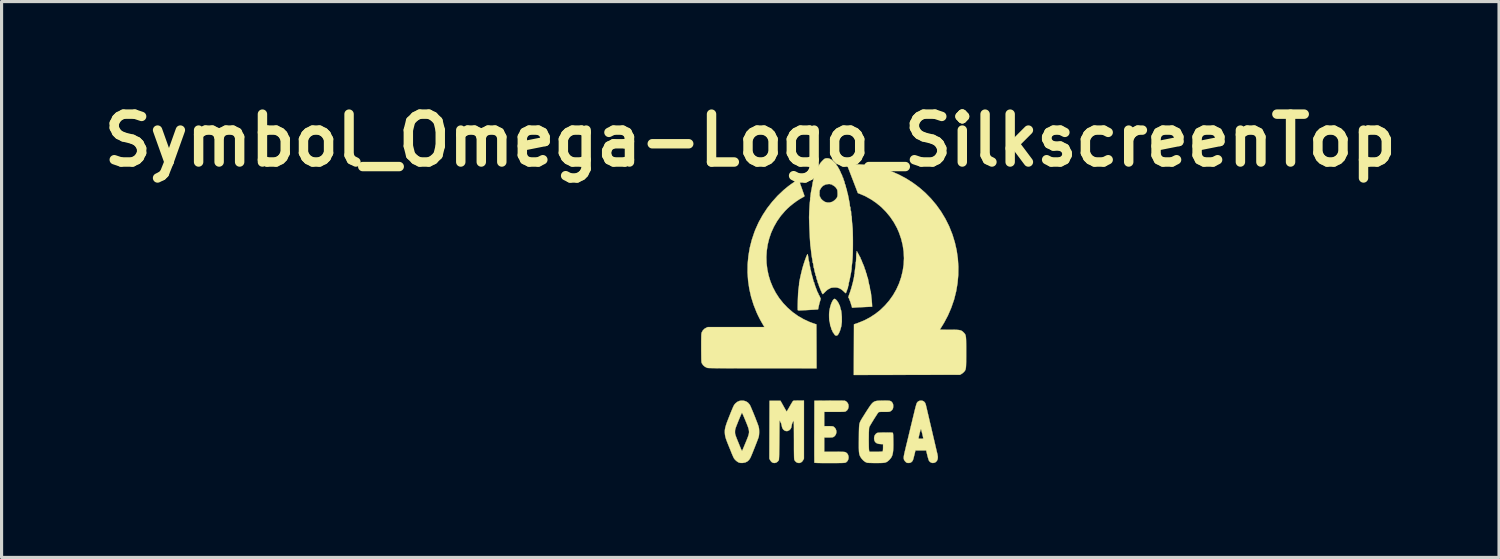
<source format=kicad_pcb>
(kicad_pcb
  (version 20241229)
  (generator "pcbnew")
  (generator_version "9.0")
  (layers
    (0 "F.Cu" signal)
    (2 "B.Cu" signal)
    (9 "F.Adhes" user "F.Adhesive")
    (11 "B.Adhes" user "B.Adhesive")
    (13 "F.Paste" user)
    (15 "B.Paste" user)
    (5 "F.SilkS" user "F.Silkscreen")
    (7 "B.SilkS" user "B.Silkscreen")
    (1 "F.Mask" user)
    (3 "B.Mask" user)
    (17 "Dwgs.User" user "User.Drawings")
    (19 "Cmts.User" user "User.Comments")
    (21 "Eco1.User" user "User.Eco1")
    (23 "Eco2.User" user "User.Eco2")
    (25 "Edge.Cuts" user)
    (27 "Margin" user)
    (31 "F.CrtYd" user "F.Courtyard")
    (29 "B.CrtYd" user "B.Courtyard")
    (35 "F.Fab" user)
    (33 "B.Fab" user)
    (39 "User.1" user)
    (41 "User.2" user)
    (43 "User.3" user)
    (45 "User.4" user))
  (footprint "Symbol_Omega-Logo_SilkscreenTop"
    (layer "F.Cu")
    (at 23.485 6.918)
    (property "Reference" "Symbol_Omega-Logo_SilkscreenTop" (at -2.65 -5.5 0) (layer "F.SilkS") (effects (font (size 1.524 1.524) (thickness 0.3))))
    (attr through_hole)
    (fp_poly (pts (xy 0.054 -0.447) (xy 0.078 -0.428) (xy 0.104 -0.402) (xy 0.124 -0.376) (xy 0.133 -0.359) (xy 0.141 -0.342) (xy 0.147 -0.339) (xy 0.155 -0.33) (xy 0.166 -0.307) (xy 0.169 -0.296) (xy 0.18 -0.27) (xy 0.188 -0.255) (xy 0.191 -0.254) (xy 0.197 -0.245) (xy 0.204 -0.22) (xy 0.212 -0.188) (xy 0.22 -0.152) (xy 0.228 -0.124) (xy 0.233 -0.111) (xy 0.24 -0.09) (xy 0.248 -0.049) (xy 0.255 0.013) (xy 0.262 0.095) (xy 0.264 0.127) (xy 0.265 0.276) (xy 0.248 0.415) (xy 0.212 0.544) (xy 0.185 0.61) (xy 0.158 0.663) (xy 0.133 0.697) (xy 0.109 0.714) (xy 0.083 0.716) (xy 0.056 0.707) (xy 0.037 0.694) (xy 0.032 0.684) (xy 0.025 0.669) (xy 0.009 0.647) (xy 0.001 0.637) (xy -0.021 0.608) (xy -0.035 0.578) (xy -0.037 0.571) (xy -0.044 0.549) (xy -0.052 0.54) (xy -0.052 0.54) (xy -0.059 0.53) (xy -0.067 0.506) (xy -0.074 0.479) (xy -0.083 0.445) (xy -0.092 0.421) (xy -0.098 0.412) (xy -0.103 0.399) (xy -0.108 0.371) (xy -0.113 0.335) (xy -0.117 0.3) (xy -0.122 0.274) (xy -0.127 0.265) (xy -0.127 0.265) (xy -0.132 0.255) (xy -0.135 0.228) (xy -0.138 0.189) (xy -0.14 0.141) (xy -0.141 0.09) (xy -0.141 0.039) (xy -0.139 -0.007) (xy -0.136 -0.04) (xy -0.123 -0.122) (xy -0.105 -0.201) (xy -0.083 -0.274) (xy -0.058 -0.338) (xy -0.032 -0.391) (xy -0.005 -0.429) (xy 0.021 -0.451) (xy 0.035 -0.454) (xy 0.054 -0.447)) (stroke (width 0.01) (type solid)) (fill yes) (layer "F.SilkS"))
    (fp_poly (pts (xy -0.942 4.631) (xy -0.966 4.678) (xy -1 4.727) (xy -1.043 4.758) (xy -1.09 4.771) (xy -1.138 4.767) (xy -1.184 4.746) (xy -1.225 4.707) (xy -1.244 4.676) (xy -1.248 4.666) (xy -1.25 4.651) (xy -1.253 4.628) (xy -1.255 4.595) (xy -1.256 4.551) (xy -1.257 4.495) (xy -1.258 4.425) (xy -1.259 4.339) (xy -1.259 4.237) (xy -1.259 4.115) (xy -1.259 4.038) (xy -1.26 3.927) (xy -1.26 3.822) (xy -1.261 3.726) (xy -1.261 3.64) (xy -1.262 3.566) (xy -1.264 3.506) (xy -1.265 3.462) (xy -1.266 3.436) (xy -1.267 3.429) (xy -1.281 3.439) (xy -1.296 3.464) (xy -1.312 3.499) (xy -1.325 3.539) (xy -1.333 3.578) (xy -1.334 3.586) (xy -1.345 3.643) (xy -1.366 3.685) (xy -1.401 3.721) (xy -1.418 3.733) (xy -1.466 3.754) (xy -1.516 3.754) (xy -1.564 3.735) (xy -1.567 3.733) (xy -1.606 3.698) (xy -1.632 3.651) (xy -1.648 3.59) (xy -1.649 3.581) (xy -1.664 3.518) (xy -1.689 3.465) (xy -1.72 3.413) (xy -1.725 4.038) (xy -1.726 4.182) (xy -1.728 4.307) (xy -1.73 4.412) (xy -1.731 4.498) (xy -1.733 4.567) (xy -1.736 4.619) (xy -1.738 4.656) (xy -1.741 4.677) (xy -1.743 4.683) (xy -1.779 4.728) (xy -1.823 4.758) (xy -1.872 4.771) (xy -1.921 4.767) (xy -1.958 4.75) (xy -1.986 4.725) (xy -2.011 4.691) (xy -2.019 4.678) (xy -2.043 4.631) (xy -2.04 3.71) (xy -2.037 2.789) (xy -1.689 2.789) (xy -1.593 2.961) (xy -1.563 3.015) (xy -1.536 3.062) (xy -1.514 3.099) (xy -1.499 3.124) (xy -1.492 3.132) (xy -1.492 3.132) (xy -1.486 3.124) (xy -1.47 3.1) (xy -1.448 3.063) (xy -1.421 3.017) (xy -1.398 2.976) (xy -1.368 2.923) (xy -1.34 2.876) (xy -1.316 2.837) (xy -1.3 2.811) (xy -1.293 2.802) (xy -1.285 2.795) (xy -1.272 2.79) (xy -1.25 2.786) (xy -1.217 2.785) (xy -1.169 2.784) (xy -1.11 2.783) (xy -0.942 2.783) (xy -0.942 4.631)) (stroke (width 0.01) (type solid)) (fill yes) (layer "F.SilkS"))
    (fp_poly (pts (xy 0.134 2.785) (xy 0.208 2.785) (xy 0.27 2.786) (xy 0.317 2.787) (xy 0.347 2.788) (xy 0.356 2.789) (xy 0.393 2.804) (xy 0.429 2.835) (xy 0.458 2.875) (xy 0.475 2.918) (xy 0.475 2.918) (xy 0.479 2.981) (xy 0.465 3.04) (xy 0.436 3.089) (xy 0.397 3.122) (xy 0.386 3.128) (xy 0.374 3.133) (xy 0.358 3.136) (xy 0.336 3.139) (xy 0.305 3.141) (xy 0.262 3.142) (xy 0.207 3.143) (xy 0.135 3.143) (xy 0.044 3.143) (xy 0.033 3.143) (xy -0.296 3.143) (xy -0.296 3.598) (xy -0.16 3.598) (xy -0.103 3.599) (xy -0.063 3.6) (xy -0.034 3.603) (xy -0.014 3.608) (xy 0.003 3.617) (xy 0.012 3.622) (xy 0.039 3.647) (xy 0.064 3.68) (xy 0.072 3.694) (xy 0.09 3.75) (xy 0.09 3.809) (xy 0.072 3.865) (xy 0.038 3.912) (xy 0.011 3.934) (xy -0.005 3.944) (xy -0.023 3.951) (xy -0.047 3.955) (xy -0.08 3.957) (xy -0.128 3.958) (xy -0.16 3.958) (xy -0.296 3.958) (xy -0.296 4.413) (xy 0.028 4.413) (xy 0.122 4.413) (xy 0.198 4.414) (xy 0.258 4.415) (xy 0.303 4.417) (xy 0.336 4.419) (xy 0.36 4.422) (xy 0.377 4.426) (xy 0.386 4.43) (xy 0.429 4.461) (xy 0.459 4.504) (xy 0.475 4.554) (xy 0.479 4.608) (xy 0.468 4.66) (xy 0.445 4.707) (xy 0.408 4.744) (xy 0.388 4.756) (xy 0.377 4.76) (xy 0.362 4.763) (xy 0.342 4.766) (xy 0.314 4.768) (xy 0.277 4.77) (xy 0.228 4.771) (xy 0.165 4.772) (xy 0.087 4.773) (xy -0.007 4.773) (xy -0.122 4.773) (xy -0.126 4.773) (xy -0.245 4.773) (xy -0.343 4.773) (xy -0.424 4.772) (xy -0.488 4.771) (xy -0.536 4.769) (xy -0.571 4.767) (xy -0.594 4.765) (xy -0.606 4.762) (xy -0.609 4.76) (xy -0.61 4.748) (xy -0.61 4.716) (xy -0.611 4.665) (xy -0.611 4.599) (xy -0.612 4.517) (xy -0.612 4.421) (xy -0.612 4.313) (xy -0.612 4.195) (xy -0.612 4.067) (xy -0.612 3.932) (xy -0.611 3.79) (xy -0.611 3.768) (xy -0.609 2.789) (xy -0.143 2.786) (xy -0.044 2.785) (xy 0.049 2.785) (xy 0.134 2.785)) (stroke (width 0.01) (type solid)) (fill yes) (layer "F.SilkS"))
    (fp_poly (pts (xy -0.824 -1.876) (xy -0.82 -1.863) (xy -0.814 -1.833) (xy -0.807 -1.793) (xy -0.804 -1.767) (xy -0.798 -1.722) (xy -0.791 -1.682) (xy -0.785 -1.656) (xy -0.782 -1.648) (xy -0.775 -1.625) (xy -0.772 -1.596) (xy -0.769 -1.564) (xy -0.761 -1.526) (xy -0.757 -1.509) (xy -0.747 -1.471) (xy -0.742 -1.435) (xy -0.741 -1.422) (xy -0.738 -1.397) (xy -0.732 -1.382) (xy -0.731 -1.382) (xy -0.725 -1.369) (xy -0.718 -1.342) (xy -0.715 -1.32) (xy -0.709 -1.284) (xy -0.703 -1.254) (xy -0.699 -1.244) (xy -0.692 -1.221) (xy -0.681 -1.185) (xy -0.669 -1.14) (xy -0.656 -1.093) (xy -0.646 -1.051) (xy -0.639 -1.02) (xy -0.639 -1.019) (xy -0.632 -0.995) (xy -0.624 -0.984) (xy -0.623 -0.984) (xy -0.615 -0.975) (xy -0.614 -0.965) (xy -0.61 -0.946) (xy -0.6 -0.913) (xy -0.586 -0.871) (xy -0.57 -0.824) (xy -0.552 -0.778) (xy -0.536 -0.739) (xy -0.525 -0.709) (xy -0.519 -0.687) (xy -0.519 -0.683) (xy -0.513 -0.669) (xy -0.509 -0.667) (xy -0.5 -0.658) (xy -0.489 -0.634) (xy -0.482 -0.614) (xy -0.47 -0.584) (xy -0.46 -0.565) (xy -0.455 -0.561) (xy -0.447 -0.552) (xy -0.439 -0.53) (xy -0.439 -0.529) (xy -0.429 -0.501) (xy -0.417 -0.482) (xy -0.411 -0.472) (xy -0.41 -0.457) (xy -0.415 -0.432) (xy -0.426 -0.392) (xy -0.428 -0.386) (xy -0.444 -0.334) (xy -0.459 -0.273) (xy -0.472 -0.217) (xy -0.473 -0.213) (xy -0.481 -0.172) (xy -0.488 -0.14) (xy -0.492 -0.121) (xy -0.493 -0.119) (xy -0.503 -0.118) (xy -0.531 -0.115) (xy -0.575 -0.113) (xy -0.629 -0.109) (xy -0.692 -0.106) (xy -0.759 -0.102) (xy -0.829 -0.098) (xy -0.897 -0.094) (xy -0.96 -0.091) (xy -1.016 -0.088) (xy -1.06 -0.086) (xy -1.09 -0.085) (xy -1.097 -0.085) (xy -1.123 -0.088) (xy -1.138 -0.095) (xy -1.138 -0.095) (xy -1.14 -0.109) (xy -1.14 -0.14) (xy -1.141 -0.186) (xy -1.14 -0.243) (xy -1.139 -0.308) (xy -1.138 -0.326) (xy -1.135 -0.427) (xy -1.132 -0.51) (xy -1.129 -0.579) (xy -1.127 -0.635) (xy -1.123 -0.682) (xy -1.12 -0.724) (xy -1.115 -0.763) (xy -1.11 -0.802) (xy -1.107 -0.819) (xy -1.101 -0.864) (xy -1.097 -0.902) (xy -1.095 -0.926) (xy -1.096 -0.932) (xy -1.096 -0.946) (xy -1.092 -0.977) (xy -1.083 -1.022) (xy -1.072 -1.077) (xy -1.059 -1.141) (xy -1.044 -1.208) (xy -1.028 -1.276) (xy -1.012 -1.342) (xy -0.997 -1.402) (xy -0.984 -1.45) (xy -0.961 -1.527) (xy -0.937 -1.603) (xy -0.913 -1.674) (xy -0.89 -1.738) (xy -0.869 -1.793) (xy -0.851 -1.836) (xy -0.837 -1.865) (xy -0.827 -1.877) (xy -0.824 -1.876)) (stroke (width 0.01) (type solid)) (fill yes) (layer "F.SilkS"))
    (fp_poly (pts (xy -1.114 -4.261) (xy -1.11 -4.25) (xy -1.1 -4.223) (xy -1.084 -4.181) (xy -1.065 -4.126) (xy -1.043 -4.063) (xy -1.022 -4.005) (xy -0.997 -3.935) (xy -0.975 -3.871) (xy -0.955 -3.816) (xy -0.94 -3.773) (xy -0.93 -3.744) (xy -0.926 -3.734) (xy -0.926 -3.722) (xy -0.939 -3.708) (xy -0.968 -3.691) (xy -0.981 -3.685) (xy -1.075 -3.632) (xy -1.177 -3.565) (xy -1.281 -3.488) (xy -1.383 -3.406) (xy -1.477 -3.321) (xy -1.54 -3.257) (xy -1.679 -3.096) (xy -1.799 -2.925) (xy -1.9 -2.747) (xy -1.984 -2.563) (xy -2.049 -2.373) (xy -2.097 -2.179) (xy -2.126 -1.983) (xy -2.138 -1.786) (xy -2.132 -1.589) (xy -2.108 -1.393) (xy -2.067 -1.199) (xy -2.009 -1.01) (xy -1.933 -0.826) (xy -1.84 -0.648) (xy -1.73 -0.478) (xy -1.602 -0.317) (xy -1.458 -0.167) (xy -1.298 -0.028) (xy -1.287 -0.02) (xy -1.126 0.094) (xy -0.952 0.194) (xy -0.772 0.278) (xy -0.656 0.321) (xy -0.545 0.359) (xy -0.542 1.058) (xy -0.54 1.757) (xy -2.262 1.756) (xy -2.494 1.756) (xy -2.705 1.756) (xy -2.897 1.756) (xy -3.07 1.756) (xy -3.226 1.755) (xy -3.365 1.755) (xy -3.487 1.754) (xy -3.595 1.754) (xy -3.688 1.753) (xy -3.768 1.752) (xy -3.835 1.751) (xy -3.891 1.75) (xy -3.935 1.749) (xy -3.97 1.748) (xy -3.995 1.746) (xy -4.012 1.744) (xy -4.022 1.743) (xy -4.023 1.742) (xy -4.095 1.706) (xy -4.152 1.657) (xy -4.193 1.594) (xy -4.201 1.574) (xy -4.204 1.554) (xy -4.207 1.514) (xy -4.209 1.455) (xy -4.21 1.376) (xy -4.211 1.279) (xy -4.212 1.163) (xy -4.212 1.097) (xy -4.212 0.988) (xy -4.212 0.898) (xy -4.211 0.825) (xy -4.21 0.766) (xy -4.209 0.721) (xy -4.208 0.686) (xy -4.205 0.66) (xy -4.202 0.64) (xy -4.199 0.625) (xy -4.194 0.612) (xy -4.19 0.603) (xy -4.154 0.542) (xy -4.105 0.496) (xy -4.059 0.47) (xy -4.006 0.445) (xy -3.103 0.445) (xy -2.199 0.445) (xy -2.223 0.405) (xy -2.291 0.288) (xy -2.35 0.182) (xy -2.401 0.08) (xy -2.445 -0.014) (xy -2.544 -0.263) (xy -2.623 -0.516) (xy -2.681 -0.772) (xy -2.719 -1.032) (xy -2.737 -1.293) (xy -2.734 -1.554) (xy -2.71 -1.815) (xy -2.667 -2.075) (xy -2.602 -2.331) (xy -2.517 -2.584) (xy -2.489 -2.656) (xy -2.383 -2.892) (xy -2.257 -3.119) (xy -2.114 -3.337) (xy -1.954 -3.543) (xy -1.779 -3.737) (xy -1.59 -3.916) (xy -1.452 -4.03) (xy -1.416 -4.057) (xy -1.373 -4.089) (xy -1.325 -4.123) (xy -1.275 -4.157) (xy -1.228 -4.19) (xy -1.184 -4.219) (xy -1.149 -4.242) (xy -1.125 -4.256) (xy -1.114 -4.261) (xy -1.114 -4.261)) (stroke (width 0.01) (type solid)) (fill yes) (layer "F.SilkS"))
    (fp_poly (pts (xy 0.587 -4.74) (xy 0.68 -4.738) (xy 0.684 -4.738) (xy 0.816 -4.734) (xy 0.934 -4.727) (xy 1.042 -4.717) (xy 1.146 -4.702) (xy 1.252 -4.683) (xy 1.332 -4.667) (xy 1.587 -4.601) (xy 1.835 -4.516) (xy 2.074 -4.412) (xy 2.303 -4.291) (xy 2.522 -4.152) (xy 2.729 -3.998) (xy 2.924 -3.828) (xy 3.105 -3.643) (xy 3.272 -3.444) (xy 3.423 -3.233) (xy 3.558 -3.009) (xy 3.677 -2.773) (xy 3.688 -2.746) (xy 3.785 -2.502) (xy 3.862 -2.251) (xy 3.92 -1.996) (xy 3.957 -1.738) (xy 3.974 -1.477) (xy 3.971 -1.217) (xy 3.948 -0.957) (xy 3.905 -0.7) (xy 3.842 -0.447) (xy 3.835 -0.423) (xy 3.747 -0.168) (xy 3.642 0.076) (xy 3.519 0.307) (xy 3.443 0.432) (xy 3.419 0.469) (xy 3.4 0.5) (xy 3.389 0.519) (xy 3.387 0.524) (xy 3.397 0.526) (xy 3.425 0.527) (xy 3.47 0.528) (xy 3.528 0.528) (xy 3.596 0.529) (xy 3.672 0.529) (xy 3.686 0.529) (xy 3.785 0.529) (xy 3.865 0.53) (xy 3.93 0.533) (xy 3.981 0.537) (xy 4.021 0.543) (xy 4.052 0.552) (xy 4.079 0.564) (xy 4.102 0.579) (xy 4.124 0.599) (xy 4.139 0.613) (xy 4.157 0.632) (xy 4.173 0.65) (xy 4.186 0.668) (xy 4.196 0.688) (xy 4.205 0.714) (xy 4.211 0.745) (xy 4.216 0.785) (xy 4.219 0.836) (xy 4.221 0.898) (xy 4.222 0.975) (xy 4.223 1.068) (xy 4.223 1.18) (xy 4.223 1.249) (xy 4.223 1.37) (xy 4.222 1.471) (xy 4.222 1.555) (xy 4.22 1.624) (xy 4.218 1.68) (xy 4.215 1.724) (xy 4.21 1.759) (xy 4.204 1.787) (xy 4.196 1.809) (xy 4.187 1.828) (xy 4.175 1.845) (xy 4.161 1.863) (xy 4.158 1.866) (xy 4.129 1.895) (xy 4.092 1.924) (xy 4.076 1.934) (xy 4.027 1.963) (xy 2.336 1.966) (xy 0.645 1.969) (xy 0.651 0.357) (xy 0.778 0.313) (xy 0.974 0.234) (xy 1.159 0.137) (xy 1.333 0.024) (xy 1.495 -0.105) (xy 1.643 -0.249) (xy 1.777 -0.405) (xy 1.896 -0.573) (xy 1.999 -0.752) (xy 2.085 -0.941) (xy 2.153 -1.139) (xy 2.203 -1.344) (xy 2.233 -1.544) (xy 2.243 -1.748) (xy 2.233 -1.955) (xy 2.203 -2.162) (xy 2.153 -2.366) (xy 2.084 -2.565) (xy 2.022 -2.707) (xy 1.92 -2.893) (xy 1.802 -3.067) (xy 1.667 -3.229) (xy 1.519 -3.378) (xy 1.356 -3.511) (xy 1.182 -3.628) (xy 0.998 -3.729) (xy 0.861 -3.788) (xy 0.775 -3.822) (xy 0.602 -4.273) (xy 0.566 -4.365) (xy 0.533 -4.452) (xy 0.503 -4.531) (xy 0.476 -4.599) (xy 0.454 -4.656) (xy 0.438 -4.699) (xy 0.428 -4.725) (xy 0.425 -4.734) (xy 0.434 -4.737) (xy 0.464 -4.739) (xy 0.515 -4.74) (xy 0.587 -4.74)) (stroke (width 0.01) (type solid)) (fill yes) (layer "F.SilkS"))
    (fp_poly (pts (xy 2.831 2.791) (xy 2.875 2.811) (xy 2.908 2.846) (xy 2.91 2.848) (xy 2.925 2.879) (xy 2.938 2.919) (xy 2.943 2.936) (xy 2.949 2.965) (xy 2.96 3.009) (xy 2.973 3.064) (xy 2.987 3.126) (xy 2.996 3.164) (xy 3.012 3.231) (xy 3.028 3.298) (xy 3.042 3.36) (xy 3.054 3.41) (xy 3.058 3.429) (xy 3.072 3.49) (xy 3.089 3.563) (xy 3.109 3.645) (xy 3.13 3.736) (xy 3.152 3.831) (xy 3.175 3.929) (xy 3.198 4.026) (xy 3.22 4.121) (xy 3.241 4.211) (xy 3.26 4.294) (xy 3.277 4.366) (xy 3.291 4.426) (xy 3.302 4.47) (xy 3.308 4.497) (xy 3.309 4.5) (xy 3.321 4.579) (xy 3.315 4.646) (xy 3.292 4.701) (xy 3.29 4.704) (xy 3.252 4.743) (xy 3.207 4.765) (xy 3.157 4.771) (xy 3.109 4.76) (xy 3.066 4.732) (xy 3.039 4.699) (xy 3.03 4.678) (xy 3.018 4.641) (xy 3.004 4.593) (xy 2.989 4.538) (xy 2.985 4.52) (xy 2.949 4.371) (xy 2.608 4.371) (xy 2.568 4.534) (xy 2.552 4.596) (xy 2.54 4.642) (xy 2.529 4.675) (xy 2.518 4.698) (xy 2.507 4.715) (xy 2.493 4.73) (xy 2.492 4.731) (xy 2.462 4.755) (xy 2.429 4.766) (xy 2.406 4.769) (xy 2.371 4.77) (xy 2.342 4.766) (xy 2.334 4.764) (xy 2.304 4.743) (xy 2.274 4.712) (xy 2.25 4.677) (xy 2.244 4.664) (xy 2.238 4.642) (xy 2.235 4.617) (xy 2.235 4.586) (xy 2.24 4.546) (xy 2.249 4.495) (xy 2.264 4.43) (xy 2.283 4.347) (xy 2.287 4.333) (xy 2.305 4.255) (xy 2.325 4.172) (xy 2.345 4.092) (xy 2.362 4.02) (xy 2.37 3.989) (xy 2.705 3.989) (xy 2.706 3.993) (xy 2.718 3.997) (xy 2.744 4) (xy 2.777 4) (xy 2.811 3.999) (xy 2.839 3.997) (xy 2.856 3.993) (xy 2.857 3.991) (xy 2.855 3.974) (xy 2.849 3.943) (xy 2.839 3.901) (xy 2.828 3.853) (xy 2.816 3.805) (xy 2.804 3.759) (xy 2.794 3.722) (xy 2.787 3.697) (xy 2.784 3.69) (xy 2.779 3.697) (xy 2.77 3.72) (xy 2.76 3.755) (xy 2.747 3.799) (xy 2.735 3.846) (xy 2.724 3.893) (xy 2.714 3.935) (xy 2.708 3.968) (xy 2.705 3.989) (xy 2.37 3.989) (xy 2.376 3.963) (xy 2.392 3.897) (xy 2.409 3.825) (xy 2.426 3.756) (xy 2.439 3.699) (xy 2.439 3.699) (xy 2.452 3.646) (xy 2.468 3.579) (xy 2.486 3.507) (xy 2.503 3.436) (xy 2.508 3.413) (xy 2.526 3.339) (xy 2.547 3.254) (xy 2.568 3.167) (xy 2.587 3.087) (xy 2.593 3.065) (xy 2.608 3.003) (xy 2.624 2.947) (xy 2.638 2.9) (xy 2.65 2.866) (xy 2.657 2.852) (xy 2.69 2.815) (xy 2.734 2.793) (xy 2.783 2.785) (xy 2.831 2.791)) (stroke (width 0.01) (type solid)) (fill yes) (layer "F.SilkS"))
    (fp_poly (pts (xy 0.751 -1.959) (xy 0.763 -1.938) (xy 0.767 -1.928) (xy 0.778 -1.902) (xy 0.789 -1.886) (xy 0.79 -1.886) (xy 0.801 -1.871) (xy 0.808 -1.851) (xy 0.82 -1.823) (xy 0.836 -1.799) (xy 0.851 -1.777) (xy 0.857 -1.758) (xy 0.863 -1.738) (xy 0.876 -1.711) (xy 0.878 -1.706) (xy 0.892 -1.681) (xy 0.899 -1.663) (xy 0.9 -1.661) (xy 0.904 -1.646) (xy 0.914 -1.619) (xy 0.92 -1.606) (xy 0.948 -1.542) (xy 0.968 -1.494) (xy 0.981 -1.457) (xy 0.989 -1.429) (xy 0.99 -1.423) (xy 0.997 -1.399) (xy 1.004 -1.387) (xy 1.005 -1.386) (xy 1.011 -1.377) (xy 1.019 -1.352) (xy 1.026 -1.323) (xy 1.034 -1.29) (xy 1.042 -1.267) (xy 1.047 -1.259) (xy 1.053 -1.25) (xy 1.059 -1.225) (xy 1.063 -1.201) (xy 1.069 -1.169) (xy 1.075 -1.148) (xy 1.079 -1.143) (xy 1.082 -1.141) (xy 1.086 -1.134) (xy 1.091 -1.118) (xy 1.097 -1.091) (xy 1.105 -1.05) (xy 1.116 -0.992) (xy 1.124 -0.953) (xy 1.131 -0.917) (xy 1.139 -0.89) (xy 1.144 -0.878) (xy 1.148 -0.866) (xy 1.153 -0.838) (xy 1.158 -0.8) (xy 1.159 -0.791) (xy 1.164 -0.753) (xy 1.169 -0.724) (xy 1.174 -0.71) (xy 1.175 -0.709) (xy 1.18 -0.7) (xy 1.186 -0.675) (xy 1.189 -0.648) (xy 1.194 -0.606) (xy 1.2 -0.555) (xy 1.206 -0.504) (xy 1.206 -0.503) (xy 1.212 -0.452) (xy 1.218 -0.391) (xy 1.222 -0.331) (xy 1.224 -0.311) (xy 1.229 -0.205) (xy 0.951 -0.192) (xy 0.874 -0.188) (xy 0.802 -0.185) (xy 0.739 -0.181) (xy 0.688 -0.178) (xy 0.652 -0.175) (xy 0.635 -0.174) (xy 0.608 -0.172) (xy 0.591 -0.175) (xy 0.59 -0.176) (xy 0.584 -0.191) (xy 0.582 -0.213) (xy 0.579 -0.235) (xy 0.573 -0.243) (xy 0.566 -0.253) (xy 0.559 -0.276) (xy 0.557 -0.287) (xy 0.548 -0.322) (xy 0.533 -0.364) (xy 0.524 -0.388) (xy 0.509 -0.422) (xy 0.5 -0.449) (xy 0.497 -0.461) (xy 0.492 -0.475) (xy 0.488 -0.476) (xy 0.475 -0.485) (xy 0.474 -0.511) (xy 0.485 -0.553) (xy 0.496 -0.585) (xy 0.519 -0.647) (xy 0.543 -0.72) (xy 0.568 -0.8) (xy 0.591 -0.884) (xy 0.613 -0.966) (xy 0.631 -1.044) (xy 0.646 -1.113) (xy 0.656 -1.17) (xy 0.659 -1.204) (xy 0.663 -1.231) (xy 0.668 -1.247) (xy 0.671 -1.249) (xy 0.675 -1.257) (xy 0.673 -1.265) (xy 0.672 -1.282) (xy 0.675 -1.314) (xy 0.68 -1.359) (xy 0.687 -1.411) (xy 0.689 -1.425) (xy 0.697 -1.479) (xy 0.702 -1.527) (xy 0.706 -1.564) (xy 0.706 -1.586) (xy 0.706 -1.588) (xy 0.704 -1.605) (xy 0.707 -1.609) (xy 0.711 -1.619) (xy 0.715 -1.646) (xy 0.718 -1.688) (xy 0.721 -1.74) (xy 0.723 -1.799) (xy 0.724 -1.849) (xy 0.726 -1.884) (xy 0.729 -1.908) (xy 0.733 -1.916) (xy 0.737 -1.924) (xy 0.734 -1.943) (xy 0.733 -1.963) (xy 0.739 -1.968) (xy 0.751 -1.959)) (stroke (width 0.01) (type solid)) (fill yes) (layer "F.SilkS"))
    (fp_poly (pts (xy -2.857 2.789) (xy -2.785 2.811) (xy -2.723 2.851) (xy -2.672 2.91) (xy -2.667 2.917) (xy -2.655 2.94) (xy -2.636 2.98) (xy -2.613 3.034) (xy -2.586 3.098) (xy -2.556 3.169) (xy -2.525 3.245) (xy -2.494 3.322) (xy -2.465 3.398) (xy -2.438 3.468) (xy -2.414 3.53) (xy -2.396 3.581) (xy -2.384 3.618) (xy -2.381 3.63) (xy -2.372 3.681) (xy -2.368 3.745) (xy -2.368 3.813) (xy -2.372 3.877) (xy -2.38 3.93) (xy -2.381 3.932) (xy -2.387 3.954) (xy -2.401 3.992) (xy -2.42 4.044) (xy -2.444 4.106) (xy -2.471 4.176) (xy -2.5 4.249) (xy -2.529 4.323) (xy -2.558 4.395) (xy -2.585 4.462) (xy -2.609 4.52) (xy -2.629 4.566) (xy -2.643 4.598) (xy -2.646 4.605) (xy -2.69 4.673) (xy -2.744 4.722) (xy -2.809 4.754) (xy -2.886 4.768) (xy -2.892 4.769) (xy -2.958 4.769) (xy -3.007 4.759) (xy -3.008 4.759) (xy -3.057 4.733) (xy -3.107 4.694) (xy -3.15 4.649) (xy -3.17 4.621) (xy -3.185 4.592) (xy -3.204 4.55) (xy -3.226 4.5) (xy -3.243 4.46) (xy -3.263 4.409) (xy -3.289 4.345) (xy -3.318 4.274) (xy -3.346 4.205) (xy -3.359 4.173) (xy -3.393 4.087) (xy -3.419 4.016) (xy -3.438 3.956) (xy -3.45 3.903) (xy -3.457 3.853) (xy -3.46 3.803) (xy -3.461 3.783) (xy -3.46 3.778) (xy -3.136 3.778) (xy -3.136 3.798) (xy -3.136 3.815) (xy -3.134 3.833) (xy -3.13 3.853) (xy -3.124 3.877) (xy -3.114 3.906) (xy -3.1 3.944) (xy -3.082 3.992) (xy -3.058 4.051) (xy -3.028 4.124) (xy -2.992 4.213) (xy -2.952 4.311) (xy -2.936 4.347) (xy -2.922 4.373) (xy -2.912 4.385) (xy -2.91 4.385) (xy -2.904 4.373) (xy -2.891 4.344) (xy -2.873 4.301) (xy -2.85 4.247) (xy -2.824 4.184) (xy -2.798 4.122) (xy -2.763 4.036) (xy -2.735 3.966) (xy -2.713 3.906) (xy -2.698 3.854) (xy -2.69 3.808) (xy -2.69 3.763) (xy -2.696 3.716) (xy -2.709 3.664) (xy -2.73 3.604) (xy -2.758 3.532) (xy -2.793 3.445) (xy -2.813 3.397) (xy -2.84 3.333) (xy -2.864 3.276) (xy -2.885 3.228) (xy -2.902 3.194) (xy -2.912 3.175) (xy -2.915 3.172) (xy -2.922 3.182) (xy -2.935 3.209) (xy -2.953 3.25) (xy -2.976 3.304) (xy -3.002 3.367) (xy -3.031 3.436) (xy -3.062 3.516) (xy -3.087 3.578) (xy -3.106 3.627) (xy -3.119 3.665) (xy -3.128 3.695) (xy -3.133 3.72) (xy -3.135 3.742) (xy -3.136 3.766) (xy -3.136 3.778) (xy -3.46 3.778) (xy -3.46 3.741) (xy -3.456 3.7) (xy -3.448 3.657) (xy -3.436 3.609) (xy -3.419 3.553) (xy -3.397 3.488) (xy -3.367 3.409) (xy -3.33 3.315) (xy -3.312 3.27) (xy -3.276 3.179) (xy -3.246 3.105) (xy -3.221 3.046) (xy -3.201 3) (xy -3.185 2.965) (xy -3.171 2.938) (xy -3.158 2.917) (xy -3.146 2.9) (xy -3.132 2.885) (xy -3.124 2.875) (xy -3.065 2.827) (xy -2.999 2.797) (xy -2.937 2.786) (xy -2.857 2.789)) (stroke (width 0.01) (type solid)) (fill yes) (layer "F.SilkS"))
    (fp_poly (pts (xy 1.709 2.785) (xy 1.757 2.788) (xy 1.793 2.793) (xy 1.82 2.802) (xy 1.841 2.815) (xy 1.858 2.833) (xy 1.873 2.854) (xy 1.889 2.881) (xy 1.897 2.909) (xy 1.9 2.947) (xy 1.9 2.964) (xy 1.896 3.019) (xy 1.881 3.06) (xy 1.853 3.094) (xy 1.82 3.119) (xy 1.806 3.128) (xy 1.791 3.135) (xy 1.771 3.139) (xy 1.742 3.142) (xy 1.702 3.143) (xy 1.646 3.143) (xy 1.614 3.143) (xy 1.549 3.143) (xy 1.502 3.144) (xy 1.469 3.146) (xy 1.448 3.15) (xy 1.435 3.155) (xy 1.427 3.162) (xy 1.412 3.181) (xy 1.39 3.214) (xy 1.361 3.259) (xy 1.327 3.311) (xy 1.291 3.368) (xy 1.255 3.427) (xy 1.22 3.484) (xy 1.189 3.536) (xy 1.163 3.58) (xy 1.145 3.612) (xy 1.136 3.629) (xy 1.133 3.65) (xy 1.129 3.689) (xy 1.127 3.743) (xy 1.124 3.808) (xy 1.123 3.881) (xy 1.122 3.959) (xy 1.121 4.039) (xy 1.122 4.118) (xy 1.123 4.192) (xy 1.124 4.259) (xy 1.126 4.315) (xy 1.129 4.357) (xy 1.133 4.382) (xy 1.134 4.386) (xy 1.146 4.413) (xy 1.349 4.413) (xy 1.429 4.413) (xy 1.489 4.411) (xy 1.53 4.408) (xy 1.555 4.405) (xy 1.564 4.401) (xy 1.571 4.382) (xy 1.575 4.344) (xy 1.577 4.288) (xy 1.577 4.279) (xy 1.577 4.17) (xy 1.518 4.17) (xy 1.44 4.163) (xy 1.378 4.144) (xy 1.333 4.111) (xy 1.304 4.065) (xy 1.292 4.005) (xy 1.294 3.951) (xy 1.309 3.897) (xy 1.341 3.851) (xy 1.369 3.827) (xy 1.38 3.819) (xy 1.393 3.814) (xy 1.411 3.81) (xy 1.437 3.807) (xy 1.474 3.805) (xy 1.524 3.803) (xy 1.591 3.802) (xy 1.633 3.802) (xy 1.713 3.801) (xy 1.78 3.802) (xy 1.833 3.803) (xy 1.868 3.806) (xy 1.884 3.809) (xy 1.884 3.809) (xy 1.889 3.816) (xy 1.893 3.829) (xy 1.896 3.852) (xy 1.899 3.886) (xy 1.9 3.934) (xy 1.902 3.999) (xy 1.903 4.077) (xy 1.904 4.194) (xy 1.902 4.292) (xy 1.898 4.374) (xy 1.89 4.442) (xy 1.878 4.499) (xy 1.862 4.548) (xy 1.841 4.59) (xy 1.814 4.628) (xy 1.782 4.665) (xy 1.77 4.677) (xy 1.74 4.704) (xy 1.713 4.726) (xy 1.685 4.742) (xy 1.653 4.755) (xy 1.615 4.763) (xy 1.567 4.768) (xy 1.506 4.771) (xy 1.43 4.772) (xy 1.346 4.772) (xy 1.273 4.772) (xy 1.206 4.77) (xy 1.149 4.769) (xy 1.104 4.766) (xy 1.074 4.764) (xy 1.066 4.762) (xy 1.008 4.736) (xy 0.951 4.693) (xy 0.899 4.638) (xy 0.857 4.576) (xy 0.843 4.55) (xy 0.834 4.526) (xy 0.825 4.502) (xy 0.819 4.475) (xy 0.814 4.443) (xy 0.81 4.403) (xy 0.808 4.354) (xy 0.806 4.293) (xy 0.806 4.217) (xy 0.806 4.126) (xy 0.807 4.016) (xy 0.807 3.983) (xy 0.808 3.873) (xy 0.809 3.782) (xy 0.811 3.707) (xy 0.813 3.647) (xy 0.816 3.598) (xy 0.82 3.559) (xy 0.825 3.527) (xy 0.832 3.5) (xy 0.841 3.476) (xy 0.851 3.451) (xy 0.865 3.425) (xy 0.868 3.419) (xy 0.879 3.398) (xy 0.901 3.362) (xy 0.93 3.314) (xy 0.966 3.258) (xy 1.005 3.195) (xy 1.04 3.14) (xy 1.097 3.052) (xy 1.144 2.981) (xy 1.185 2.923) (xy 1.221 2.879) (xy 1.256 2.845) (xy 1.291 2.821) (xy 1.328 2.805) (xy 1.372 2.795) (xy 1.423 2.789) (xy 1.484 2.787) (xy 1.558 2.785) (xy 1.563 2.785) (xy 1.645 2.784) (xy 1.709 2.785)) (stroke (width 0.01) (type solid)) (fill yes) (layer "F.SilkS"))
    (fp_poly (pts (xy -0.167 -4.928) (xy -0.119 -4.914) (xy -0.069 -4.887) (xy -0.015 -4.844) (xy 0.045 -4.785) (xy 0.069 -4.759) (xy 0.086 -4.736) (xy 0.095 -4.716) (xy 0.095 -4.714) (xy 0.104 -4.697) (xy 0.11 -4.693) (xy 0.124 -4.68) (xy 0.138 -4.655) (xy 0.139 -4.653) (xy 0.15 -4.629) (xy 0.159 -4.615) (xy 0.16 -4.614) (xy 0.168 -4.602) (xy 0.182 -4.576) (xy 0.199 -4.542) (xy 0.216 -4.505) (xy 0.231 -4.471) (xy 0.241 -4.446) (xy 0.243 -4.436) (xy 0.25 -4.425) (xy 0.253 -4.424) (xy 0.261 -4.414) (xy 0.27 -4.391) (xy 0.275 -4.371) (xy 0.284 -4.341) (xy 0.293 -4.322) (xy 0.297 -4.318) (xy 0.304 -4.309) (xy 0.311 -4.286) (xy 0.313 -4.278) (xy 0.321 -4.246) (xy 0.332 -4.219) (xy 0.334 -4.217) (xy 0.344 -4.193) (xy 0.352 -4.159) (xy 0.355 -4.145) (xy 0.361 -4.116) (xy 0.368 -4.098) (xy 0.371 -4.096) (xy 0.377 -4.086) (xy 0.384 -4.062) (xy 0.387 -4.045) (xy 0.394 -4.009) (xy 0.404 -3.977) (xy 0.407 -3.969) (xy 0.417 -3.942) (xy 0.425 -3.906) (xy 0.428 -3.889) (xy 0.434 -3.857) (xy 0.44 -3.833) (xy 0.443 -3.826) (xy 0.446 -3.819) (xy 0.45 -3.805) (xy 0.456 -3.781) (xy 0.463 -3.745) (xy 0.474 -3.694) (xy 0.487 -3.625) (xy 0.495 -3.581) (xy 0.505 -3.537) (xy 0.507 -3.524) (xy 0.514 -3.483) (xy 0.518 -3.44) (xy 0.518 -3.432) (xy 0.521 -3.404) (xy 0.526 -3.388) (xy 0.529 -3.387) (xy 0.535 -3.377) (xy 0.539 -3.352) (xy 0.54 -3.323) (xy 0.541 -3.289) (xy 0.546 -3.266) (xy 0.55 -3.26) (xy 0.556 -3.25) (xy 0.559 -3.223) (xy 0.561 -3.184) (xy 0.561 -3.181) (xy 0.562 -3.142) (xy 0.566 -3.112) (xy 0.571 -3.096) (xy 0.572 -3.096) (xy 0.577 -3.083) (xy 0.58 -3.054) (xy 0.582 -3.016) (xy 0.582 -3.007) (xy 0.584 -2.962) (xy 0.588 -2.904) (xy 0.594 -2.842) (xy 0.599 -2.799) (xy 0.604 -2.748) (xy 0.609 -2.686) (xy 0.612 -2.613) (xy 0.614 -2.524) (xy 0.616 -2.419) (xy 0.617 -2.318) (xy 0.617 -2.173) (xy 0.616 -2.046) (xy 0.614 -1.936) (xy 0.611 -1.84) (xy 0.607 -1.755) (xy 0.601 -1.68) (xy 0.594 -1.611) (xy 0.588 -1.562) (xy 0.582 -1.514) (xy 0.578 -1.475) (xy 0.576 -1.449) (xy 0.577 -1.439) (xy 0.577 -1.426) (xy 0.574 -1.395) (xy 0.567 -1.35) (xy 0.558 -1.296) (xy 0.547 -1.236) (xy 0.534 -1.172) (xy 0.522 -1.11) (xy 0.509 -1.052) (xy 0.497 -1.002) (xy 0.487 -0.964) (xy 0.487 -0.963) (xy 0.481 -0.933) (xy 0.482 -0.909) (xy 0.482 -0.908) (xy 0.482 -0.892) (xy 0.477 -0.889) (xy 0.471 -0.881) (xy 0.472 -0.873) (xy 0.472 -0.86) (xy 0.466 -0.857) (xy 0.459 -0.851) (xy 0.46 -0.847) (xy 0.461 -0.831) (xy 0.457 -0.806) (xy 0.449 -0.779) (xy 0.44 -0.758) (xy 0.433 -0.751) (xy 0.428 -0.744) (xy 0.43 -0.736) (xy 0.43 -0.722) (xy 0.425 -0.72) (xy 0.418 -0.712) (xy 0.42 -0.704) (xy 0.419 -0.69) (xy 0.414 -0.688) (xy 0.407 -0.68) (xy 0.409 -0.672) (xy 0.408 -0.658) (xy 0.403 -0.656) (xy 0.393 -0.651) (xy 0.393 -0.648) (xy 0.393 -0.635) (xy 0.384 -0.637) (xy 0.364 -0.653) (xy 0.357 -0.66) (xy 0.3 -0.713) (xy 0.251 -0.753) (xy 0.206 -0.78) (xy 0.162 -0.799) (xy 0.113 -0.812) (xy 0.105 -0.813) (xy 0.073 -0.816) (xy 0.034 -0.816) (xy -0.009 -0.814) (xy -0.049 -0.81) (xy -0.082 -0.804) (xy -0.102 -0.797) (xy -0.106 -0.793) (xy -0.115 -0.785) (xy -0.137 -0.775) (xy -0.145 -0.772) (xy -0.175 -0.756) (xy -0.215 -0.725) (xy -0.26 -0.683) (xy -0.262 -0.681) (xy -0.294 -0.649) (xy -0.32 -0.623) (xy -0.337 -0.607) (xy -0.342 -0.604) (xy -0.35 -0.611) (xy -0.356 -0.618) (xy -0.368 -0.638) (xy -0.376 -0.657) (xy -0.387 -0.687) (xy -0.396 -0.704) (xy -0.408 -0.728) (xy -0.421 -0.76) (xy -0.423 -0.766) (xy -0.436 -0.8) (xy -0.449 -0.831) (xy -0.451 -0.834) (xy -0.463 -0.865) (xy -0.472 -0.9) (xy -0.472 -0.902) (xy -0.479 -0.928) (xy -0.486 -0.941) (xy -0.488 -0.942) (xy -0.494 -0.951) (xy -0.502 -0.976) (xy -0.509 -1.005) (xy -0.517 -1.039) (xy -0.524 -1.062) (xy -0.53 -1.069) (xy -0.536 -1.078) (xy -0.542 -1.103) (xy -0.545 -1.127) (xy -0.551 -1.159) (xy -0.557 -1.18) (xy -0.561 -1.185) (xy -0.568 -1.195) (xy -0.575 -1.219) (xy -0.577 -1.236) (xy -0.583 -1.268) (xy -0.59 -1.291) (xy -0.593 -1.296) (xy -0.599 -1.312) (xy -0.605 -1.342) (xy -0.609 -1.368) (xy -0.614 -1.402) (xy -0.62 -1.426) (xy -0.625 -1.434) (xy -0.63 -1.447) (xy -0.635 -1.474) (xy -0.64 -1.512) (xy -0.641 -1.519) (xy -0.645 -1.557) (xy -0.651 -1.585) (xy -0.656 -1.598) (xy -0.657 -1.598) (xy -0.663 -1.607) (xy -0.667 -1.631) (xy -0.667 -1.638) (xy -0.67 -1.674) (xy -0.676 -1.715) (xy -0.678 -1.725) (xy -0.688 -1.776) (xy -0.699 -1.847) (xy -0.71 -1.936) (xy -0.719 -2.021) (xy -0.724 -2.065) (xy -0.729 -2.101) (xy -0.733 -2.124) (xy -0.734 -2.127) (xy -0.736 -2.142) (xy -0.739 -2.176) (xy -0.743 -2.225) (xy -0.746 -2.287) (xy -0.751 -2.36) (xy -0.755 -2.44) (xy -0.759 -2.526) (xy -0.763 -2.614) (xy -0.767 -2.701) (xy -0.77 -2.785) (xy -0.773 -2.864) (xy -0.775 -2.934) (xy -0.777 -2.993) (xy -0.778 -3.038) (xy -0.778 -3.059) (xy -0.775 -3.155) (xy -0.772 -3.252) (xy -0.767 -3.345) (xy -0.762 -3.43) (xy -0.756 -3.502) (xy -0.75 -3.554) (xy -0.746 -3.596) (xy -0.743 -3.631) (xy -0.744 -3.654) (xy -0.745 -3.657) (xy -0.746 -3.67) (xy -0.743 -3.672) (xy -0.739 -3.682) (xy -0.735 -3.707) (xy -0.733 -3.733) (xy -0.73 -3.764) (xy -0.723 -3.811) (xy -0.723 -3.816) (xy -0.448 -3.816) (xy -0.447 -3.776) (xy -0.445 -3.743) (xy -0.44 -3.721) (xy -0.437 -3.716) (xy -0.427 -3.702) (xy -0.42 -3.683) (xy -0.405 -3.652) (xy -0.375 -3.617) (xy -0.336 -3.582) (xy -0.294 -3.553) (xy -0.265 -3.538) (xy -0.197 -3.521) (xy -0.124 -3.521) (xy -0.052 -3.54) (xy -0.035 -3.547) (xy 0.017 -3.58) (xy 0.067 -3.624) (xy 0.105 -3.673) (xy 0.11 -3.681) (xy 0.121 -3.708) (xy 0.127 -3.739) (xy 0.129 -3.781) (xy 0.129 -3.805) (xy 0.126 -3.871) (xy 0.121 -3.916) (xy 0.113 -3.941) (xy 0.105 -3.948) (xy 0.096 -3.956) (xy 0.095 -3.963) (xy 0.087 -3.981) (xy 0.067 -4.005) (xy 0.04 -4.031) (xy 0.011 -4.053) (xy -0.013 -4.066) (xy -0.034 -4.077) (xy -0.042 -4.087) (xy -0.049 -4.092) (xy -0.053 -4.09) (xy -0.063 -4.092) (xy -0.064 -4.096) (xy -0.072 -4.104) (xy -0.084 -4.103) (xy -0.102 -4.102) (xy -0.108 -4.106) (xy -0.12 -4.11) (xy -0.147 -4.11) (xy -0.181 -4.107) (xy -0.218 -4.101) (xy -0.252 -4.094) (xy -0.275 -4.085) (xy -0.28 -4.082) (xy -0.301 -4.068) (xy -0.314 -4.064) (xy -0.331 -4.056) (xy -0.354 -4.035) (xy -0.38 -4.008) (xy -0.401 -3.978) (xy -0.414 -3.956) (xy -0.424 -3.935) (xy -0.433 -3.926) (xy -0.439 -3.917) (xy -0.443 -3.891) (xy -0.446 -3.856) (xy -0.448 -3.816) (xy -0.723 -3.816) (xy -0.714 -3.869) (xy -0.702 -3.932) (xy -0.694 -3.973) (xy -0.683 -4.032) (xy -0.673 -4.085) (xy -0.667 -4.128) (xy -0.663 -4.156) (xy -0.663 -4.166) (xy -0.662 -4.179) (xy -0.657 -4.18) (xy -0.649 -4.187) (xy -0.651 -4.191) (xy -0.651 -4.205) (xy -0.645 -4.235) (xy -0.634 -4.277) (xy -0.62 -4.327) (xy -0.604 -4.381) (xy -0.586 -4.435) (xy -0.569 -4.486) (xy -0.553 -4.53) (xy -0.54 -4.563) (xy -0.53 -4.58) (xy -0.527 -4.583) (xy -0.522 -4.589) (xy -0.524 -4.593) (xy -0.524 -4.603) (xy -0.522 -4.604) (xy -0.513 -4.613) (xy -0.499 -4.636) (xy -0.48 -4.671) (xy -0.471 -4.69) (xy -0.42 -4.776) (xy -0.369 -4.835) (xy -0.331 -4.873) (xy -0.303 -4.899) (xy -0.281 -4.914) (xy -0.26 -4.923) (xy -0.238 -4.928) (xy -0.217 -4.93) (xy -0.167 -4.928)) (stroke (width 0.01) (type solid)) (fill yes) (layer "F.SilkS")))
  (gr_rect
    (start -3 -3)
    (end 44.671 14.696)
    (stroke (width 0.1) (type default))
    (fill no)
    (layer "Edge.Cuts")))
</source>
